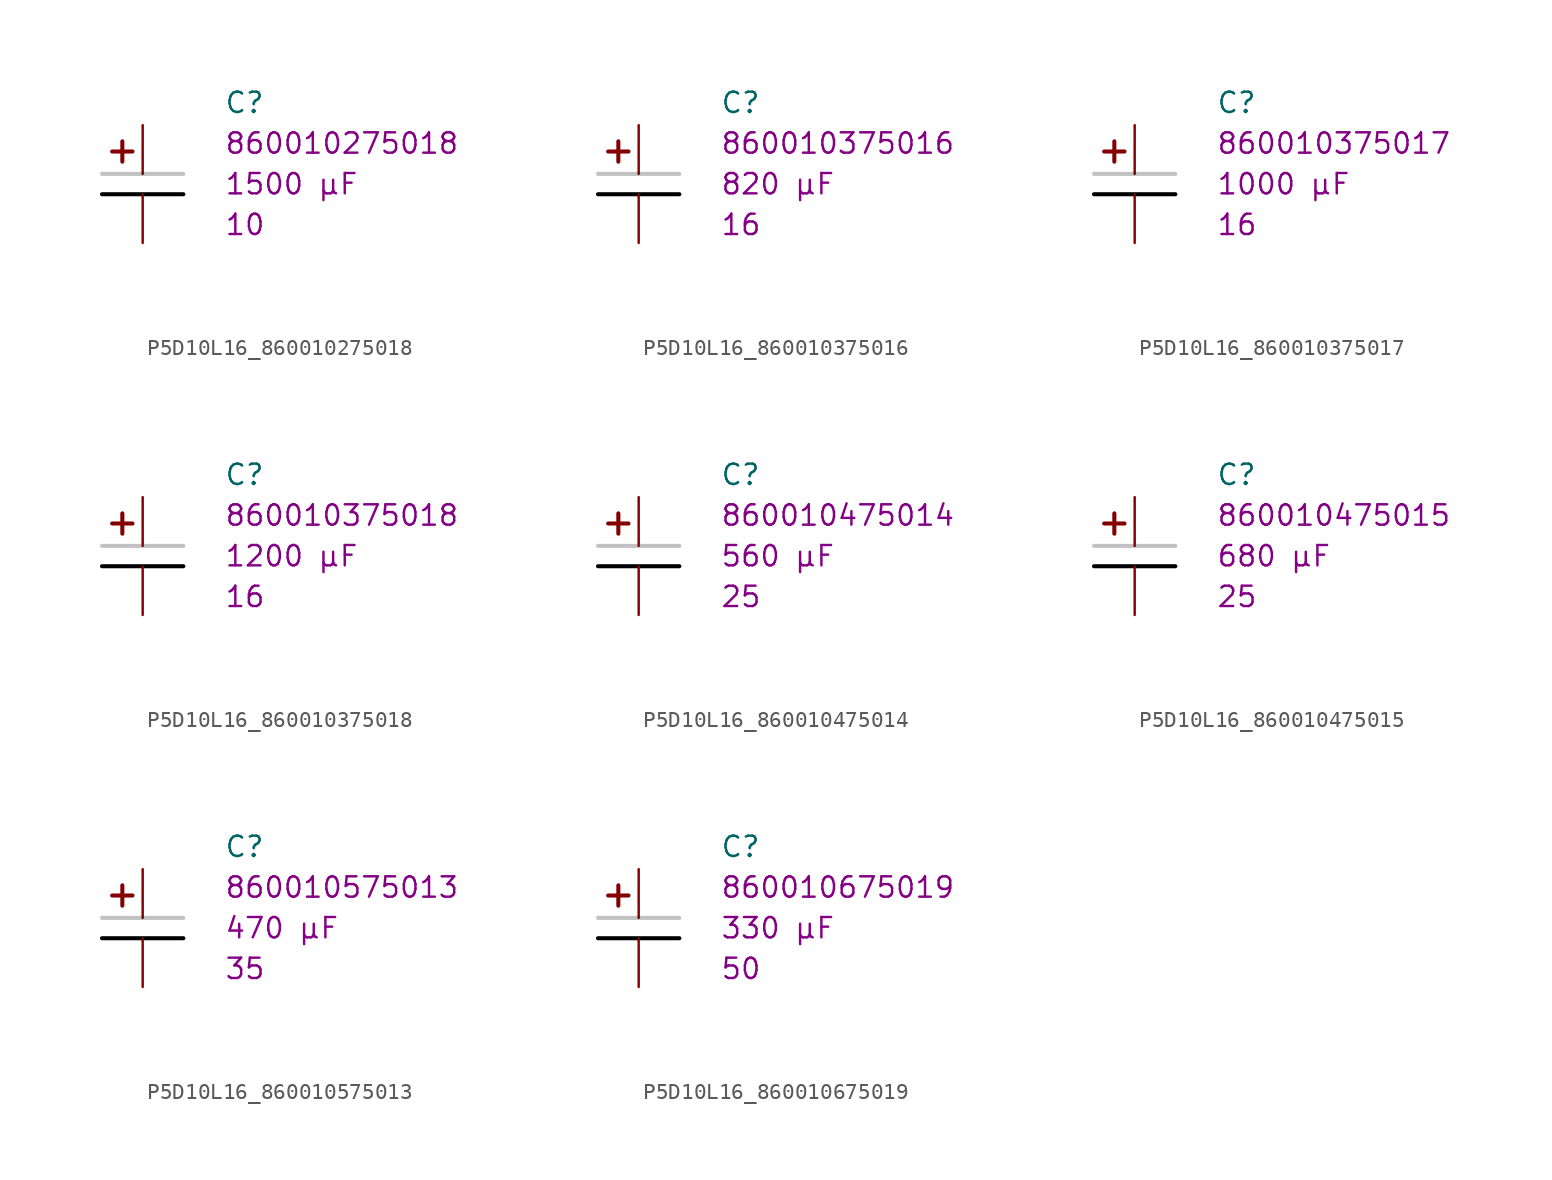
<source format=kicad_sym>
(kicad_symbol_lib
  (version 20220914)
  (generator kicad_symbol_editor)
  (symbol "P5D10L16_860010275018"
    (pin_numbers hide)
    (pin_names hide)
    (property "Reference" "C"
      (at 5.08 5.08 0)
      (effects (font (size 1.27 1.27)) (justify left)))
    (property "Part Number" "860010275018"
      (at 5.08 2.54 0)
      (effects (font (size 1.27 1.27)) (justify left)))
    (property "Capacitance" "1500 µF"
      (at 5.08 0 0)
      (effects (font (size 1.27 1.27)) (justify left)))
    (property "Voltage" "10"
      (at 5.08 -2.54 0)
      (effects (font (size 1.27 1.27)) (justify left)))
    (property "Critical Parameter" ""
      (at 0 -7.62 0)
      (effects (font (size 1.27 1.27))))
    (symbol "P5D10L16_860010275018_1_1"
      (polyline (pts (xy -1.27 2.667) (xy -1.27 1.397)) (stroke (width 0.254) (type default)) (fill (type none)))
      (polyline (pts (xy -0.635 2.032) (xy -1.905 2.032)) (stroke (width 0.254) (type default)) (fill (type none)))
      (polyline (pts (xy 2.54 -0.635) (xy -2.54 -0.635)) (stroke (width 0.254) (type default) (color 0 0 0 1)) (fill (type none)))
      (polyline (pts (xy 2.54 0.635) (xy -2.54 0.635)) (stroke (width 0.254) (type default) (color 194 194 194 1)) (fill (type none)))
      (pin passive line (at 0 3.679 270) (length 3.044) (name "1" (effects (font (size 1.27 1.27)))) (number "1" (effects (font (size 1.27 1.27)))))
      (pin passive line (at 0 -3.679 90) (length 3.044) (name "2" (effects (font (size 1.27 1.27)))) (number "2" (effects (font (size 1.27 1.27)))))))
  (symbol "P5D10L16_860010375016"
    (pin_numbers hide)
    (pin_names hide)
    (property "Reference" "C"
      (at 5.08 5.08 0)
      (effects (font (size 1.27 1.27)) (justify left)))
    (property "Part Number" "860010375016"
      (at 5.08 2.54 0)
      (effects (font (size 1.27 1.27)) (justify left)))
    (property "Capacitance" "820 µF"
      (at 5.08 0 0)
      (effects (font (size 1.27 1.27)) (justify left)))
    (property "Voltage" "16"
      (at 5.08 -2.54 0)
      (effects (font (size 1.27 1.27)) (justify left)))
    (property "Critical Parameter" ""
      (at 0 -7.62 0)
      (effects (font (size 1.27 1.27))))
    (symbol "P5D10L16_860010375016_1_1"
      (polyline (pts (xy -1.27 2.667) (xy -1.27 1.397)) (stroke (width 0.254) (type default)) (fill (type none)))
      (polyline (pts (xy -0.635 2.032) (xy -1.905 2.032)) (stroke (width 0.254) (type default)) (fill (type none)))
      (polyline (pts (xy 2.54 -0.635) (xy -2.54 -0.635)) (stroke (width 0.254) (type default) (color 0 0 0 1)) (fill (type none)))
      (polyline (pts (xy 2.54 0.635) (xy -2.54 0.635)) (stroke (width 0.254) (type default) (color 194 194 194 1)) (fill (type none)))
      (pin passive line (at 0 3.679 270) (length 3.044) (name "1" (effects (font (size 1.27 1.27)))) (number "1" (effects (font (size 1.27 1.27)))))
      (pin passive line (at 0 -3.679 90) (length 3.044) (name "2" (effects (font (size 1.27 1.27)))) (number "2" (effects (font (size 1.27 1.27)))))))
  (symbol "P5D10L16_860010375017"
    (pin_numbers hide)
    (pin_names hide)
    (property "Reference" "C"
      (at 5.08 5.08 0)
      (effects (font (size 1.27 1.27)) (justify left)))
    (property "Part Number" "860010375017"
      (at 5.08 2.54 0)
      (effects (font (size 1.27 1.27)) (justify left)))
    (property "Capacitance" "1000 µF"
      (at 5.08 0 0)
      (effects (font (size 1.27 1.27)) (justify left)))
    (property "Voltage" "16"
      (at 5.08 -2.54 0)
      (effects (font (size 1.27 1.27)) (justify left)))
    (property "Critical Parameter" ""
      (at 0 -7.62 0)
      (effects (font (size 1.27 1.27))))
    (symbol "P5D10L16_860010375017_1_1"
      (polyline (pts (xy -1.27 2.667) (xy -1.27 1.397)) (stroke (width 0.254) (type default)) (fill (type none)))
      (polyline (pts (xy -0.635 2.032) (xy -1.905 2.032)) (stroke (width 0.254) (type default)) (fill (type none)))
      (polyline (pts (xy 2.54 -0.635) (xy -2.54 -0.635)) (stroke (width 0.254) (type default) (color 0 0 0 1)) (fill (type none)))
      (polyline (pts (xy 2.54 0.635) (xy -2.54 0.635)) (stroke (width 0.254) (type default) (color 194 194 194 1)) (fill (type none)))
      (pin passive line (at 0 3.679 270) (length 3.044) (name "1" (effects (font (size 1.27 1.27)))) (number "1" (effects (font (size 1.27 1.27)))))
      (pin passive line (at 0 -3.679 90) (length 3.044) (name "2" (effects (font (size 1.27 1.27)))) (number "2" (effects (font (size 1.27 1.27)))))))
  (symbol "P5D10L16_860010375018"
    (pin_numbers hide)
    (pin_names hide)
    (property "Reference" "C"
      (at 5.08 5.08 0)
      (effects (font (size 1.27 1.27)) (justify left)))
    (property "Part Number" "860010375018"
      (at 5.08 2.54 0)
      (effects (font (size 1.27 1.27)) (justify left)))
    (property "Capacitance" "1200 µF"
      (at 5.08 0 0)
      (effects (font (size 1.27 1.27)) (justify left)))
    (property "Voltage" "16"
      (at 5.08 -2.54 0)
      (effects (font (size 1.27 1.27)) (justify left)))
    (property "Critical Parameter" ""
      (at 0 -7.62 0)
      (effects (font (size 1.27 1.27))))
    (symbol "P5D10L16_860010375018_1_1"
      (polyline (pts (xy -1.27 2.667) (xy -1.27 1.397)) (stroke (width 0.254) (type default)) (fill (type none)))
      (polyline (pts (xy -0.635 2.032) (xy -1.905 2.032)) (stroke (width 0.254) (type default)) (fill (type none)))
      (polyline (pts (xy 2.54 -0.635) (xy -2.54 -0.635)) (stroke (width 0.254) (type default) (color 0 0 0 1)) (fill (type none)))
      (polyline (pts (xy 2.54 0.635) (xy -2.54 0.635)) (stroke (width 0.254) (type default) (color 194 194 194 1)) (fill (type none)))
      (pin passive line (at 0 3.679 270) (length 3.044) (name "1" (effects (font (size 1.27 1.27)))) (number "1" (effects (font (size 1.27 1.27)))))
      (pin passive line (at 0 -3.679 90) (length 3.044) (name "2" (effects (font (size 1.27 1.27)))) (number "2" (effects (font (size 1.27 1.27)))))))
  (symbol "P5D10L16_860010475014"
    (pin_numbers hide)
    (pin_names hide)
    (property "Reference" "C"
      (at 5.08 5.08 0)
      (effects (font (size 1.27 1.27)) (justify left)))
    (property "Part Number" "860010475014"
      (at 5.08 2.54 0)
      (effects (font (size 1.27 1.27)) (justify left)))
    (property "Capacitance" "560 µF"
      (at 5.08 0 0)
      (effects (font (size 1.27 1.27)) (justify left)))
    (property "Voltage" "25"
      (at 5.08 -2.54 0)
      (effects (font (size 1.27 1.27)) (justify left)))
    (property "Critical Parameter" ""
      (at 0 -7.62 0)
      (effects (font (size 1.27 1.27))))
    (symbol "P5D10L16_860010475014_1_1"
      (polyline (pts (xy -1.27 2.667) (xy -1.27 1.397)) (stroke (width 0.254) (type default)) (fill (type none)))
      (polyline (pts (xy -0.635 2.032) (xy -1.905 2.032)) (stroke (width 0.254) (type default)) (fill (type none)))
      (polyline (pts (xy 2.54 -0.635) (xy -2.54 -0.635)) (stroke (width 0.254) (type default) (color 0 0 0 1)) (fill (type none)))
      (polyline (pts (xy 2.54 0.635) (xy -2.54 0.635)) (stroke (width 0.254) (type default) (color 194 194 194 1)) (fill (type none)))
      (pin passive line (at 0 3.679 270) (length 3.044) (name "1" (effects (font (size 1.27 1.27)))) (number "1" (effects (font (size 1.27 1.27)))))
      (pin passive line (at 0 -3.679 90) (length 3.044) (name "2" (effects (font (size 1.27 1.27)))) (number "2" (effects (font (size 1.27 1.27)))))))
  (symbol "P5D10L16_860010475015"
    (pin_numbers hide)
    (pin_names hide)
    (property "Reference" "C"
      (at 5.08 5.08 0)
      (effects (font (size 1.27 1.27)) (justify left)))
    (property "Part Number" "860010475015"
      (at 5.08 2.54 0)
      (effects (font (size 1.27 1.27)) (justify left)))
    (property "Capacitance" "680 µF"
      (at 5.08 0 0)
      (effects (font (size 1.27 1.27)) (justify left)))
    (property "Voltage" "25"
      (at 5.08 -2.54 0)
      (effects (font (size 1.27 1.27)) (justify left)))
    (property "Critical Parameter" ""
      (at 0 -7.62 0)
      (effects (font (size 1.27 1.27))))
    (symbol "P5D10L16_860010475015_1_1"
      (polyline (pts (xy -1.27 2.667) (xy -1.27 1.397)) (stroke (width 0.254) (type default)) (fill (type none)))
      (polyline (pts (xy -0.635 2.032) (xy -1.905 2.032)) (stroke (width 0.254) (type default)) (fill (type none)))
      (polyline (pts (xy 2.54 -0.635) (xy -2.54 -0.635)) (stroke (width 0.254) (type default) (color 0 0 0 1)) (fill (type none)))
      (polyline (pts (xy 2.54 0.635) (xy -2.54 0.635)) (stroke (width 0.254) (type default) (color 194 194 194 1)) (fill (type none)))
      (pin passive line (at 0 3.679 270) (length 3.044) (name "1" (effects (font (size 1.27 1.27)))) (number "1" (effects (font (size 1.27 1.27)))))
      (pin passive line (at 0 -3.679 90) (length 3.044) (name "2" (effects (font (size 1.27 1.27)))) (number "2" (effects (font (size 1.27 1.27)))))))
  (symbol "P5D10L16_860010575013"
    (pin_numbers hide)
    (pin_names hide)
    (property "Reference" "C"
      (at 5.08 5.08 0)
      (effects (font (size 1.27 1.27)) (justify left)))
    (property "Part Number" "860010575013"
      (at 5.08 2.54 0)
      (effects (font (size 1.27 1.27)) (justify left)))
    (property "Capacitance" "470 µF"
      (at 5.08 0 0)
      (effects (font (size 1.27 1.27)) (justify left)))
    (property "Voltage" "35"
      (at 5.08 -2.54 0)
      (effects (font (size 1.27 1.27)) (justify left)))
    (property "Critical Parameter" ""
      (at 0 -7.62 0)
      (effects (font (size 1.27 1.27))))
    (symbol "P5D10L16_860010575013_1_1"
      (polyline (pts (xy -1.27 2.667) (xy -1.27 1.397)) (stroke (width 0.254) (type default)) (fill (type none)))
      (polyline (pts (xy -0.635 2.032) (xy -1.905 2.032)) (stroke (width 0.254) (type default)) (fill (type none)))
      (polyline (pts (xy 2.54 -0.635) (xy -2.54 -0.635)) (stroke (width 0.254) (type default) (color 0 0 0 1)) (fill (type none)))
      (polyline (pts (xy 2.54 0.635) (xy -2.54 0.635)) (stroke (width 0.254) (type default) (color 194 194 194 1)) (fill (type none)))
      (pin passive line (at 0 3.679 270) (length 3.044) (name "1" (effects (font (size 1.27 1.27)))) (number "1" (effects (font (size 1.27 1.27)))))
      (pin passive line (at 0 -3.679 90) (length 3.044) (name "2" (effects (font (size 1.27 1.27)))) (number "2" (effects (font (size 1.27 1.27)))))))
  (symbol "P5D10L16_860010675019"
    (pin_numbers hide)
    (pin_names hide)
    (property "Reference" "C"
      (at 5.08 5.08 0)
      (effects (font (size 1.27 1.27)) (justify left)))
    (property "Part Number" "860010675019"
      (at 5.08 2.54 0)
      (effects (font (size 1.27 1.27)) (justify left)))
    (property "Capacitance" "330 µF"
      (at 5.08 0 0)
      (effects (font (size 1.27 1.27)) (justify left)))
    (property "Voltage" "50"
      (at 5.08 -2.54 0)
      (effects (font (size 1.27 1.27)) (justify left)))
    (property "Critical Parameter" ""
      (at 0 -7.62 0)
      (effects (font (size 1.27 1.27))))
    (symbol "P5D10L16_860010675019_1_1"
      (polyline (pts (xy -1.27 2.667) (xy -1.27 1.397)) (stroke (width 0.254) (type default)) (fill (type none)))
      (polyline (pts (xy -0.635 2.032) (xy -1.905 2.032)) (stroke (width 0.254) (type default)) (fill (type none)))
      (polyline (pts (xy 2.54 -0.635) (xy -2.54 -0.635)) (stroke (width 0.254) (type default) (color 0 0 0 1)) (fill (type none)))
      (polyline (pts (xy 2.54 0.635) (xy -2.54 0.635)) (stroke (width 0.254) (type default) (color 194 194 194 1)) (fill (type none)))
      (pin passive line (at 0 3.679 270) (length 3.044) (name "1" (effects (font (size 1.27 1.27)))) (number "1" (effects (font (size 1.27 1.27)))))
      (pin passive line (at 0 -3.679 90) (length 3.044) (name "2" (effects (font (size 1.27 1.27)))) (number "2" (effects (font (size 1.27 1.27))))))))
</source>
